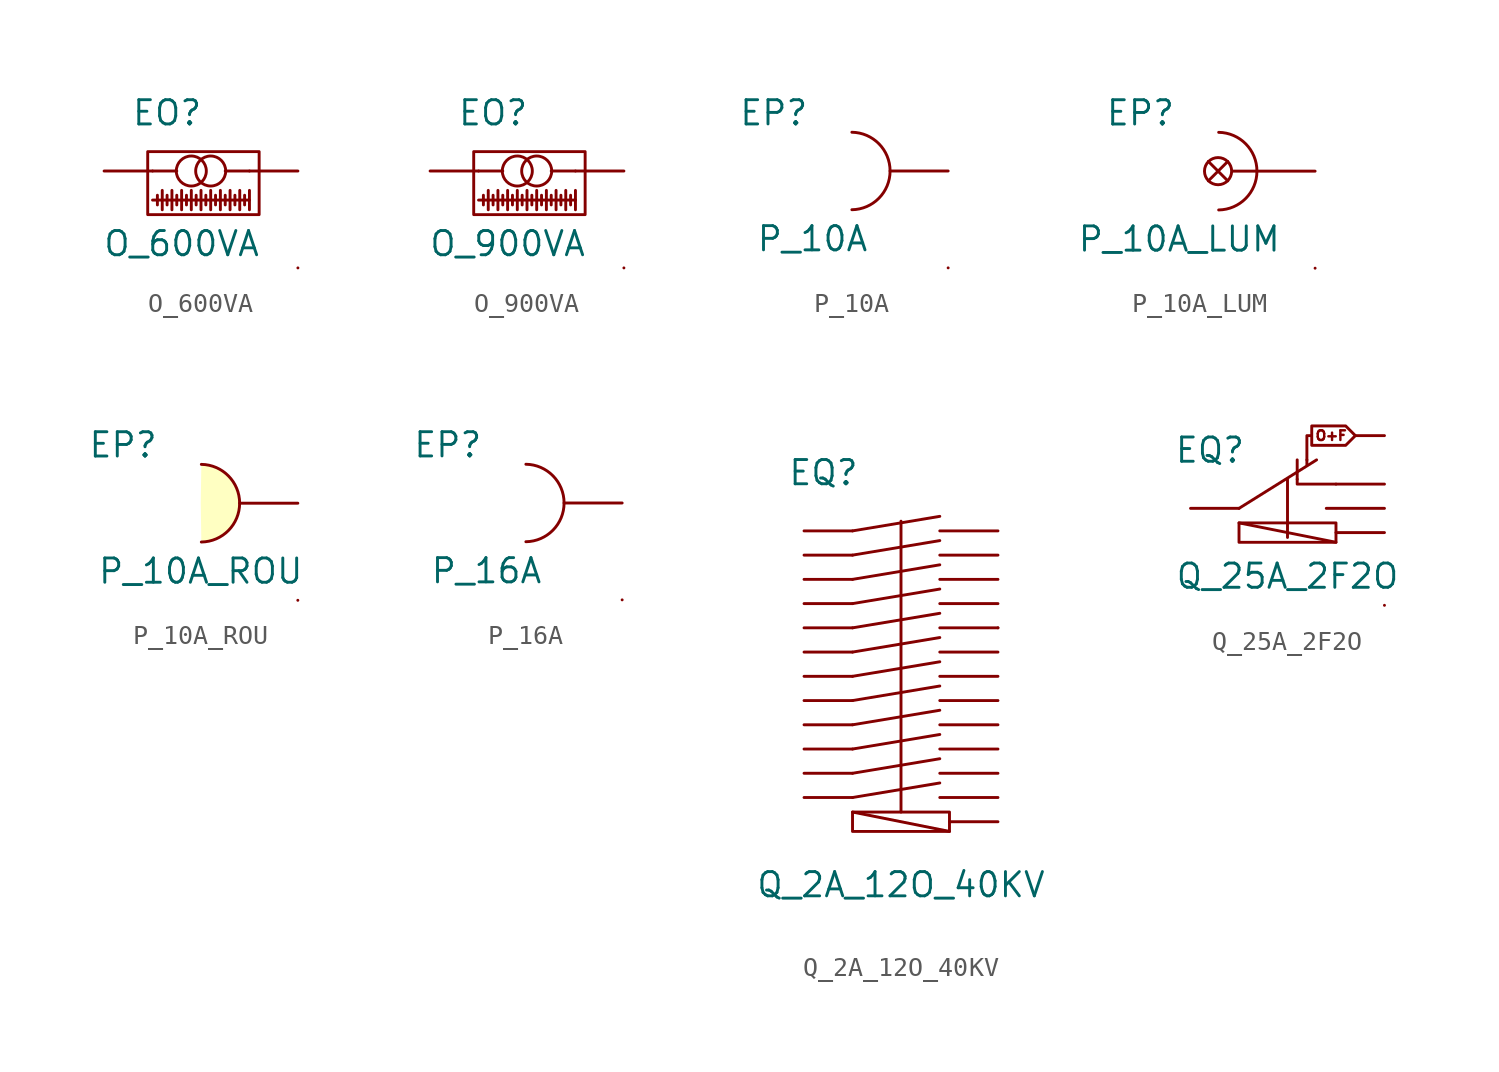
<source format=kicad_sym>
(kicad_symbol_lib
  (version 20211014)
  (generator kicad_symbol_editor)
  (symbol "O_600VA"
    (pin_numbers hide)
    (pin_names
      (offset 0.254))
    (property "Reference" "EO"
      (at -1.778 3.048 0)
      (effects (font (size 1.27 1.27))))
    (property "Value" "O_600VA"
      (at -1.016 -3.81 0)
      (effects (font (size 1.27 1.27))))
    (symbol "O_600VA_0_0"
      (polyline (pts (xy 5.08 -5.08) (xy 5.08 -5.08)) (stroke (width 0) (type default) (color 0 0 0 0)) (fill (type none))))
    (symbol "O_600VA_0_1"
      (rectangle (start -2.794 1.016) (end 3.048 -2.286) (stroke (width 0) (type default) (color 0 0 0 0)) (fill (type none)))
      (circle (center -0.508 0) (radius 0.787) (stroke (width 0) (type default) (color 0 0 0 0)) (fill (type none)))
      (polyline (pts (xy -2.54 0) (xy -1.27 0) (xy -1.27 0)) (stroke (width 0) (type default) (color 0 0 0 0)) (fill (type none)))
      (polyline (pts (xy -2.286 -1.27) (xy -2.286 -1.778) (xy -2.286 -1.778)) (stroke (width 0) (type default) (color 0 0 0 0)) (fill (type none)))
      (polyline (pts (xy -2.032 -1.016) (xy -2.032 -2.032) (xy -2.032 -2.032)) (stroke (width 0) (type default) (color 0 0 0 0)) (fill (type none)))
      (polyline (pts (xy -1.778 -1.27) (xy -1.778 -1.778) (xy -1.778 -1.778)) (stroke (width 0) (type default) (color 0 0 0 0)) (fill (type none)))
      (polyline (pts (xy -1.524 -1.016) (xy -1.524 -2.032) (xy -1.524 -2.032)) (stroke (width 0) (type default) (color 0 0 0 0)) (fill (type none)))
      (polyline (pts (xy -1.27 -1.27) (xy -1.27 -1.778) (xy -1.27 -1.778)) (stroke (width 0) (type default) (color 0 0 0 0)) (fill (type none)))
      (polyline (pts (xy -1.016 -1.016) (xy -1.016 -2.032) (xy -1.016 -2.032)) (stroke (width 0) (type default) (color 0 0 0 0)) (fill (type none)))
      (polyline (pts (xy -0.762 -1.27) (xy -0.762 -1.778) (xy -0.762 -1.778)) (stroke (width 0) (type default) (color 0 0 0 0)) (fill (type none)))
      (polyline (pts (xy -0.508 -1.016) (xy -0.508 -2.032) (xy -0.508 -2.032)) (stroke (width 0) (type default) (color 0 0 0 0)) (fill (type none)))
      (polyline (pts (xy -0.254 -1.27) (xy -0.254 -1.778) (xy -0.254 -1.778)) (stroke (width 0) (type default) (color 0 0 0 0)) (fill (type none)))
      (polyline (pts (xy 0 -1.016) (xy 0 -2.032) (xy 0 -2.032)) (stroke (width 0) (type default) (color 0 0 0 0)) (fill (type none)))
      (polyline (pts (xy 0.254 -1.27) (xy 0.254 -1.778) (xy 0.254 -1.778)) (stroke (width 0) (type default) (color 0 0 0 0)) (fill (type none)))
      (polyline (pts (xy 0.508 -1.016) (xy 0.508 -2.032) (xy 0.508 -2.032)) (stroke (width 0) (type default) (color 0 0 0 0)) (fill (type none)))
      (polyline (pts (xy 0.762 -1.27) (xy 0.762 -1.778) (xy 0.762 -1.778)) (stroke (width 0) (type default) (color 0 0 0 0)) (fill (type none)))
      (polyline (pts (xy 1.016 -1.016) (xy 1.016 -2.032) (xy 1.016 -2.032)) (stroke (width 0) (type default) (color 0 0 0 0)) (fill (type none)))
      (polyline (pts (xy 1.27 -1.27) (xy 1.27 -1.778) (xy 1.27 -1.778)) (stroke (width 0) (type default) (color 0 0 0 0)) (fill (type none)))
      (polyline (pts (xy 1.27 0) (xy 2.54 0) (xy 2.54 0)) (stroke (width 0) (type default) (color 0 0 0 0)) (fill (type none)))
      (polyline (pts (xy 1.524 -1.016) (xy 1.524 -2.032) (xy 1.524 -2.032)) (stroke (width 0) (type default) (color 0 0 0 0)) (fill (type none)))
      (polyline (pts (xy 1.778 -1.27) (xy 1.778 -1.778) (xy 1.778 -1.778)) (stroke (width 0) (type default) (color 0 0 0 0)) (fill (type none)))
      (polyline (pts (xy 2.032 -1.016) (xy 2.032 -2.032) (xy 2.032 -2.032)) (stroke (width 0) (type default) (color 0 0 0 0)) (fill (type none)))
      (polyline (pts (xy 2.54 -1.016) (xy 2.54 -2.032) (xy 2.54 -2.032)) (stroke (width 0) (type default) (color 0 0 0 0)) (fill (type none)))
      (polyline (pts (xy 2.286 -1.27) (xy 2.286 -1.778) (xy 2.286 -1.778) (xy 2.286 -1.778)) (stroke (width 0) (type default) (color 0 0 0 0)) (fill (type none)))
      (polyline (pts (xy -2.54 -1.524) (xy 2.54 -1.524) (xy 2.54 -1.524) (xy 2.54 -1.524) (xy 2.54 -1.524)) (stroke (width 0) (type default) (color 0 0 0 0)) (fill (type none)))
      (circle (center 0.508 0) (radius 0.787) (stroke (width 0) (type default) (color 0 0 0 0)) (fill (type none))))
    (symbol "O_600VA_1_1"
      (pin power_in line (at 5.08 0 180) (length 2.54) (name "~" (effects (font (size 1.016 1.016)))) (number "1" (effects (font (size 0.254 0.254)))))
      (pin power_out line (at -5.08 0 0) (length 2.54) (name "~" (effects (font (size 1.016 1.016)))) (number "2" (effects (font (size 0.254 0.254)))))))
  (symbol "O_900VA"
    (pin_numbers hide)
    (pin_names
      (offset 0.254))
    (property "Reference" "EO"
      (at -1.778 3.048 0)
      (effects (font (size 1.27 1.27))))
    (property "Value" "O_900VA"
      (at -1.016 -3.81 0)
      (effects (font (size 1.27 1.27))))
    (symbol "O_900VA_0_0"
      (polyline (pts (xy 5.08 -5.08) (xy 5.08 -5.08)) (stroke (width 0) (type default) (color 0 0 0 0)) (fill (type none))))
    (symbol "O_900VA_0_1"
      (rectangle (start -2.794 1.016) (end 3.048 -2.286) (stroke (width 0) (type default) (color 0 0 0 0)) (fill (type none)))
      (circle (center -0.508 0) (radius 0.787) (stroke (width 0) (type default) (color 0 0 0 0)) (fill (type none)))
      (polyline (pts (xy -2.54 0) (xy -1.27 0) (xy -1.27 0)) (stroke (width 0) (type default) (color 0 0 0 0)) (fill (type none)))
      (polyline (pts (xy -2.286 -1.27) (xy -2.286 -1.778) (xy -2.286 -1.778)) (stroke (width 0) (type default) (color 0 0 0 0)) (fill (type none)))
      (polyline (pts (xy -2.032 -1.016) (xy -2.032 -2.032) (xy -2.032 -2.032)) (stroke (width 0) (type default) (color 0 0 0 0)) (fill (type none)))
      (polyline (pts (xy -1.778 -1.27) (xy -1.778 -1.778) (xy -1.778 -1.778)) (stroke (width 0) (type default) (color 0 0 0 0)) (fill (type none)))
      (polyline (pts (xy -1.524 -1.016) (xy -1.524 -2.032) (xy -1.524 -2.032)) (stroke (width 0) (type default) (color 0 0 0 0)) (fill (type none)))
      (polyline (pts (xy -1.27 -1.27) (xy -1.27 -1.778) (xy -1.27 -1.778)) (stroke (width 0) (type default) (color 0 0 0 0)) (fill (type none)))
      (polyline (pts (xy -1.016 -1.016) (xy -1.016 -2.032) (xy -1.016 -2.032)) (stroke (width 0) (type default) (color 0 0 0 0)) (fill (type none)))
      (polyline (pts (xy -0.762 -1.27) (xy -0.762 -1.778) (xy -0.762 -1.778)) (stroke (width 0) (type default) (color 0 0 0 0)) (fill (type none)))
      (polyline (pts (xy -0.508 -1.016) (xy -0.508 -2.032) (xy -0.508 -2.032)) (stroke (width 0) (type default) (color 0 0 0 0)) (fill (type none)))
      (polyline (pts (xy -0.254 -1.27) (xy -0.254 -1.778) (xy -0.254 -1.778)) (stroke (width 0) (type default) (color 0 0 0 0)) (fill (type none)))
      (polyline (pts (xy 0 -1.016) (xy 0 -2.032) (xy 0 -2.032)) (stroke (width 0) (type default) (color 0 0 0 0)) (fill (type none)))
      (polyline (pts (xy 0.254 -1.27) (xy 0.254 -1.778) (xy 0.254 -1.778)) (stroke (width 0) (type default) (color 0 0 0 0)) (fill (type none)))
      (polyline (pts (xy 0.508 -1.016) (xy 0.508 -2.032) (xy 0.508 -2.032)) (stroke (width 0) (type default) (color 0 0 0 0)) (fill (type none)))
      (polyline (pts (xy 0.762 -1.27) (xy 0.762 -1.778) (xy 0.762 -1.778)) (stroke (width 0) (type default) (color 0 0 0 0)) (fill (type none)))
      (polyline (pts (xy 1.016 -1.016) (xy 1.016 -2.032) (xy 1.016 -2.032)) (stroke (width 0) (type default) (color 0 0 0 0)) (fill (type none)))
      (polyline (pts (xy 1.27 -1.27) (xy 1.27 -1.778) (xy 1.27 -1.778)) (stroke (width 0) (type default) (color 0 0 0 0)) (fill (type none)))
      (polyline (pts (xy 1.27 0) (xy 2.54 0) (xy 2.54 0)) (stroke (width 0) (type default) (color 0 0 0 0)) (fill (type none)))
      (polyline (pts (xy 1.524 -1.016) (xy 1.524 -2.032) (xy 1.524 -2.032)) (stroke (width 0) (type default) (color 0 0 0 0)) (fill (type none)))
      (polyline (pts (xy 1.778 -1.27) (xy 1.778 -1.778) (xy 1.778 -1.778)) (stroke (width 0) (type default) (color 0 0 0 0)) (fill (type none)))
      (polyline (pts (xy 2.032 -1.016) (xy 2.032 -2.032) (xy 2.032 -2.032)) (stroke (width 0) (type default) (color 0 0 0 0)) (fill (type none)))
      (polyline (pts (xy 2.54 -1.016) (xy 2.54 -2.032) (xy 2.54 -2.032)) (stroke (width 0) (type default) (color 0 0 0 0)) (fill (type none)))
      (polyline (pts (xy 2.286 -1.27) (xy 2.286 -1.778) (xy 2.286 -1.778) (xy 2.286 -1.778)) (stroke (width 0) (type default) (color 0 0 0 0)) (fill (type none)))
      (polyline (pts (xy -2.54 -1.524) (xy 2.54 -1.524) (xy 2.54 -1.524) (xy 2.54 -1.524) (xy 2.54 -1.524)) (stroke (width 0) (type default) (color 0 0 0 0)) (fill (type none)))
      (circle (center 0.508 0) (radius 0.787) (stroke (width 0) (type default) (color 0 0 0 0)) (fill (type none))))
    (symbol "O_900VA_1_1"
      (pin power_in line (at 5.08 0 180) (length 2.54) (name "~" (effects (font (size 1.016 1.016)))) (number "1" (effects (font (size 0.254 0.254)))))
      (pin power_out line (at -5.08 0 0) (length 2.54) (name "~" (effects (font (size 1.016 1.016)))) (number "2" (effects (font (size 0.254 0.254)))))))
  (symbol "P_10A"
    (pin_numbers hide)
    (pin_names
      (offset 0.254))
    (property "Reference" "EP"
      (at -4.064 3.048 0)
      (effects (font (size 1.27 1.27))))
    (property "Value" "P_10A"
      (at -2.032 -3.556 0)
      (effects (font (size 1.27 1.27))))
    (symbol "P_10A_0_0"
      (polyline (pts (xy 5.08 -5.08) (xy 5.08 -5.08)) (stroke (width 0) (type default) (color 0 0 0 0)) (fill (type none)))
      (arc (start 0.0319 -2.0317) (mid 2.032 0) (end 0.0319 2.0317) (stroke (width 0) (type default) (color 0 0 0 0)) (fill (type none))))
    (symbol "P_10A_1_1"
      (pin power_in line (at 5.08 0 180) (length 3.048) (name "~" (effects (font (size 1.016 1.016)))) (number "1" (effects (font (size 0.254 0.254)))))))
  (symbol "P_10A_LUM"
    (pin_numbers hide)
    (pin_names
      (offset 0.254))
    (property "Reference" "EP"
      (at -4.064 3.048 0)
      (effects (font (size 1.27 1.27))))
    (property "Value" "P_10A_LUM"
      (at -2.032 -3.556 0)
      (effects (font (size 1.27 1.27))))
    (symbol "P_10A_LUM_0_0"
      (polyline (pts (xy 5.08 -5.08) (xy 5.08 -5.08)) (stroke (width 0) (type default) (color 0 0 0 0)) (fill (type none)))
      (polyline (pts (xy -0.508 -0.508) (xy 0.508 0.508) (xy 0.508 0.508)) (stroke (width 0) (type default) (color 0 0 0 0)) (fill (type none)))
      (polyline (pts (xy -0.508 0.508) (xy 0.508 -0.508) (xy 0.508 -0.508)) (stroke (width 0) (type default) (color 0 0 0 0)) (fill (type none)))
      (polyline (pts (xy 0.762 0) (xy 2.032 0) (xy 2.032 0) (xy 2.032 0)) (stroke (width 0) (type default) (color 0 0 0 0)) (fill (type none)))
      (circle (center 0 0) (radius 0.711) (stroke (width 0) (type default) (color 0 0 0 0)) (fill (type none)))
      (arc (start 0.0319 -2.0317) (mid 2.032 0) (end 0.0319 2.0317) (stroke (width 0) (type default) (color 0 0 0 0)) (fill (type none))))
    (symbol "P_10A_LUM_1_1"
      (pin power_in line (at 5.08 0 180) (length 3.048) (name "~" (effects (font (size 1.016 1.016)))) (number "1" (effects (font (size 0.254 0.254)))))))
  (symbol "P_10A_ROU"
    (pin_numbers hide)
    (pin_names
      (offset 0.254))
    (property "Reference" "EP"
      (at -4.064 3.048 0)
      (effects (font (size 1.27 1.27))))
    (property "Value" "P_10A_ROU"
      (at 0 -3.556 0)
      (effects (font (size 1.27 1.27))))
    (symbol "P_10A_ROU_0_0"
      (polyline (pts (xy 5.08 -5.08) (xy 5.08 -5.08)) (stroke (width 0) (type default) (color 0 0 0 0)) (fill (type none)))
      (arc (start 0.0319 -2.0317) (mid 2.032 0) (end 0.0319 2.0317) (stroke (width 0) (type default) (color 0 0 0 0)) (fill (type background))))
    (symbol "P_10A_ROU_1_1"
      (pin power_in line (at 5.08 0 180) (length 3.048) (name "~" (effects (font (size 1.016 1.016)))) (number "1" (effects (font (size 0.254 0.254)))))))
  (symbol "P_16A"
    (pin_numbers hide)
    (pin_names
      (offset 0.254))
    (property "Reference" "EP"
      (at -4.064 3.048 0)
      (effects (font (size 1.27 1.27))))
    (property "Value" "P_16A"
      (at -2.032 -3.556 0)
      (effects (font (size 1.27 1.27))))
    (symbol "P_16A_0_0"
      (polyline (pts (xy 5.08 -5.08) (xy 5.08 -5.08)) (stroke (width 0) (type default) (color 0 0 0 0)) (fill (type none)))
      (arc (start 0.0319 -2.0317) (mid 2.032 0) (end 0.0319 2.0317) (stroke (width 0) (type default) (color 0 0 0 0)) (fill (type none))))
    (symbol "P_16A_1_1"
      (pin power_in line (at 5.08 0 180) (length 3.048) (name "~" (effects (font (size 1.016 1.016)))) (number "1" (effects (font (size 0.254 0.254)))))))
  (symbol "Q_2A_12O_40KV"
    (pin_numbers hide)
    (pin_names
      (offset 0.254))
    (property "Reference" "EQ"
      (at -4.064 3.048 0)
      (effects (font (size 1.27 1.27))))
    (property "Value" "Q_2A_12O_40KV"
      (at 0 -18.542 0)
      (effects (font (size 1.27 1.27))))
    (symbol "Q_2A_12O_40KV_0_0"
      (rectangle (start -2.54 -14.732) (end 2.54 -15.748) (stroke (width 0) (type default) (color 0 0 0 0)) (fill (type none)))
      (polyline (pts (xy 5.08 -5.08) (xy 5.08 -5.08)) (stroke (width 0) (type default) (color 0 0 0 0)) (fill (type none)))
      (polyline (pts (xy -2.54 -14.732) (xy -2.54 -14.732) (xy 2.54 -15.748) (xy 2.54 -15.748)) (stroke (width 0) (type default) (color 0 0 0 0)) (fill (type none))))
    (symbol "Q_2A_12O_40KV_0_1"
      (polyline (pts (xy -2.54 -13.97) (xy 2.032 -13.208) (xy 2.032 -13.208)) (stroke (width 0) (type default) (color 0 0 0 0)) (fill (type none)))
      (polyline (pts (xy -2.54 -12.7) (xy 2.032 -11.938) (xy 2.032 -11.938)) (stroke (width 0) (type default) (color 0 0 0 0)) (fill (type none)))
      (polyline (pts (xy -2.54 -11.43) (xy 2.032 -10.668) (xy 2.032 -10.668)) (stroke (width 0) (type default) (color 0 0 0 0)) (fill (type none)))
      (polyline (pts (xy -2.54 -10.16) (xy 2.032 -9.398) (xy 2.032 -9.398)) (stroke (width 0) (type default) (color 0 0 0 0)) (fill (type none)))
      (polyline (pts (xy -2.54 -8.89) (xy 2.032 -8.128) (xy 2.032 -8.128)) (stroke (width 0) (type default) (color 0 0 0 0)) (fill (type none)))
      (polyline (pts (xy -2.54 -7.62) (xy 2.032 -6.858) (xy 2.032 -6.858)) (stroke (width 0) (type default) (color 0 0 0 0)) (fill (type none)))
      (polyline (pts (xy -2.54 -6.35) (xy 2.032 -5.588) (xy 2.032 -5.588)) (stroke (width 0) (type default) (color 0 0 0 0)) (fill (type none)))
      (polyline (pts (xy -2.54 -5.08) (xy 2.032 -4.318) (xy 2.032 -4.318)) (stroke (width 0) (type default) (color 0 0 0 0)) (fill (type none)))
      (polyline (pts (xy -2.54 -3.81) (xy 2.032 -3.048) (xy 2.032 -3.048)) (stroke (width 0) (type default) (color 0 0 0 0)) (fill (type none)))
      (polyline (pts (xy -2.54 -2.54) (xy 2.032 -1.778) (xy 2.032 -1.778)) (stroke (width 0) (type default) (color 0 0 0 0)) (fill (type none)))
      (polyline (pts (xy 0 -14.732) (xy 0 0.508) (xy 0 0.508)) (stroke (width 0) (type default) (color 0 0 0 0)) (fill (type none)))
      (polyline (pts (xy -2.54 0) (xy 2.032 0.762) (xy 2.032 0.762) (xy 2.032 0.762) (xy 2.032 0.762)) (stroke (width 0) (type default) (color 0 0 0 0)) (fill (type none)))
      (polyline (pts (xy -2.54 -1.27) (xy 2.032 -0.508) (xy 2.032 -0.508) (xy 2.032 -0.508) (xy 2.032 -0.508) (xy 2.032 -0.508)) (stroke (width 0) (type default) (color 0 0 0 0)) (fill (type none))))
    (symbol "Q_2A_12O_40KV_1_1"
      (pin unspecified line (at -5.08 0 0) (length 2.54) (name "~" (effects (font (size 1.016 1.016)))) (number "1" (effects (font (size 0.254 0.254)))))
      (pin unspecified line (at 5.08 -5.08 180) (length 3.048) (name "~" (effects (font (size 1.016 1.016)))) (number "10" (effects (font (size 0.254 0.254)))))
      (pin unspecified line (at -5.08 -6.35 0) (length 2.54) (name "~" (effects (font (size 1.27 1.27)))) (number "11" (effects (font (size 0.254 0.254)))))
      (pin unspecified line (at 5.08 -6.35 180) (length 3.048) (name "~" (effects (font (size 1.016 1.016)))) (number "12" (effects (font (size 0.254 0.254)))))
      (pin unspecified line (at -5.08 -7.62 0) (length 2.54) (name "~" (effects (font (size 1.27 1.27)))) (number "13" (effects (font (size 0.254 0.254)))))
      (pin unspecified line (at 5.08 -7.62 180) (length 3.048) (name "~" (effects (font (size 1.016 1.016)))) (number "14" (effects (font (size 0.254 0.254)))))
      (pin unspecified line (at -5.08 -8.89 0) (length 2.54) (name "~" (effects (font (size 1.27 1.27)))) (number "15" (effects (font (size 0.254 0.254)))))
      (pin unspecified line (at 5.08 -8.89 180) (length 3.048) (name "~" (effects (font (size 1.016 1.016)))) (number "16" (effects (font (size 0.254 0.254)))))
      (pin unspecified line (at -5.08 -10.16 0) (length 2.54) (name "~" (effects (font (size 1.27 1.27)))) (number "17" (effects (font (size 0.254 0.254)))))
      (pin unspecified line (at 5.08 -10.16 180) (length 3.048) (name "~" (effects (font (size 1.016 1.016)))) (number "18" (effects (font (size 0.254 0.254)))))
      (pin unspecified line (at -5.08 -11.43 0) (length 2.54) (name "~" (effects (font (size 1.27 1.27)))) (number "19" (effects (font (size 0.254 0.254)))))
      (pin unspecified line (at 5.08 0 180) (length 3.048) (name "~" (effects (font (size 1.016 1.016)))) (number "2" (effects (font (size 0.254 0.254)))))
      (pin unspecified line (at 5.08 -11.43 180) (length 3.048) (name "~" (effects (font (size 1.016 1.016)))) (number "20" (effects (font (size 0.254 0.254)))))
      (pin unspecified line (at -5.08 -12.7 0) (length 2.54) (name "~" (effects (font (size 1.27 1.27)))) (number "21" (effects (font (size 0.254 0.254)))))
      (pin unspecified line (at 5.08 -12.7 180) (length 3.048) (name "~" (effects (font (size 1.016 1.016)))) (number "22" (effects (font (size 0.254 0.254)))))
      (pin unspecified line (at -5.08 -13.97 0) (length 2.54) (name "~" (effects (font (size 1.27 1.27)))) (number "23" (effects (font (size 0.254 0.254)))))
      (pin unspecified line (at 5.08 -13.97 180) (length 3.048) (name "~" (effects (font (size 1.016 1.016)))) (number "24" (effects (font (size 0.254 0.254)))))
      (pin input line (at 5.08 -15.24 180) (length 2.54) (name "~" (effects (font (size 1.016 1.016)))) (number "25" (effects (font (size 0.254 0.254)))))
      (pin unspecified line (at -5.08 -1.27 0) (length 2.54) (name "~" (effects (font (size 1.27 1.27)))) (number "3" (effects (font (size 0.254 0.254)))))
      (pin unspecified line (at 5.08 -1.27 180) (length 3.048) (name "~" (effects (font (size 1.27 1.27)))) (number "4" (effects (font (size 0.254 0.254)))))
      (pin unspecified line (at -5.08 -2.54 0) (length 2.54) (name "~" (effects (font (size 1.27 1.27)))) (number "5" (effects (font (size 0.254 0.254)))))
      (pin unspecified line (at 5.08 -2.54 180) (length 3.048) (name "~" (effects (font (size 1.016 1.016)))) (number "6" (effects (font (size 0.254 0.254)))))
      (pin unspecified line (at -5.08 -3.81 0) (length 2.54) (name "~" (effects (font (size 1.27 1.27)))) (number "7" (effects (font (size 0.254 0.254)))))
      (pin unspecified line (at 5.08 -3.81 180) (length 3.048) (name "~" (effects (font (size 1.016 1.016)))) (number "8" (effects (font (size 0.254 0.254)))))
      (pin unspecified line (at -5.08 -5.08 0) (length 2.54) (name "~" (effects (font (size 1.27 1.27)))) (number "9" (effects (font (size 0.254 0.254)))))))
  (symbol "Q_25A_2F2O"
    (pin_numbers hide)
    (pin_names
      (offset 0.254))
    (property "Reference" "EQ"
      (at -4.064 3.048 0)
      (effects (font (size 1.27 1.27))))
    (property "Value" "Q_25A_2F2O"
      (at 0 -3.556 0)
      (effects (font (size 1.27 1.27))))
    (symbol "Q_25A_2F2O_0_0"
      (rectangle (start -2.54 -0.762) (end 2.54 -1.778) (stroke (width 0) (type default) (color 0 0 0 0)) (fill (type none)))
      (polyline (pts (xy 5.08 -5.08) (xy 5.08 -5.08)) (stroke (width 0) (type default) (color 0 0 0 0)) (fill (type none)))
      (polyline (pts (xy 0 1.524) (xy 0 -1.524) (xy 0 -1.524)) (stroke (width 0) (type default) (color 0 0 0 0)) (fill (type none)))
      (polyline (pts (xy 0.508 2.54) (xy 0.508 1.524) (xy 0.508 1.524)) (stroke (width 0) (type default) (color 0 0 0 0)) (fill (type none)))
      (polyline (pts (xy 1.016 2.54) (xy 1.016 2.286) (xy 1.016 2.286)) (stroke (width 0) (type default) (color 0 0 0 0)) (fill (type none)))
      (polyline (pts (xy -2.54 -0.762) (xy -2.54 -0.762) (xy 2.54 -1.778) (xy 2.54 -1.778)) (stroke (width 0) (type default) (color 0 0 0 0)) (fill (type none)))
      (text "O+F" (at 2.286 3.81 0) (effects (font (size 0.508 0.508)))))
    (symbol "Q_25A_2F2O_0_1"
      (polyline (pts (xy -2.54 0) (xy 1.524 2.54) (xy 1.524 2.54)) (stroke (width 0) (type default) (color 0 0 0 0)) (fill (type none)))
      (polyline (pts (xy 0.508 1.524) (xy 0.508 1.27) (xy 2.54 1.27) (xy 2.54 1.27) (xy 2.54 1.27)) (stroke (width 0) (type default) (color 0 0 0 0)) (fill (type none)))
      (polyline (pts (xy 1.016 2.54) (xy 1.016 3.81) (xy 1.27 3.81) (xy 1.27 4.064) (xy 1.27 4.318) (xy 3.048 4.318) (xy 3.556 3.81) (xy 3.048 3.302) (xy 1.524 3.302) (xy 1.27 3.302) (xy 1.27 3.81) (xy 1.27 3.81)) (stroke (width 0) (type default) (color 0 0 0 0)) (fill (type none))))
    (symbol "Q_25A_2F2O_1_1"
      (pin unspecified line (at -5.08 0 0) (length 2.54) (name "~" (effects (font (size 1.016 1.016)))) (number "1" (effects (font (size 0.254 0.254)))))
      (pin unspecified line (at 5.08 1.27 180) (length 2.54) (name "~" (effects (font (size 1.016 1.016)))) (number "2" (effects (font (size 0.254 0.254)))))
      (pin unspecified line (at 5.08 0 180) (length 3.048) (name "~" (effects (font (size 1.016 1.016)))) (number "3" (effects (font (size 0.254 0.254)))))
      (pin input line (at 5.08 -1.27 180) (length 2.54) (name "~" (effects (font (size 1.016 1.016)))) (number "4" (effects (font (size 0.254 0.254)))))
      (pin unspecified line (at 5.08 3.81 180) (length 1.524) (name "~" (effects (font (size 1.016 1.016)))) (number "5" (effects (font (size 0.254 0.254))))))))
</source>
